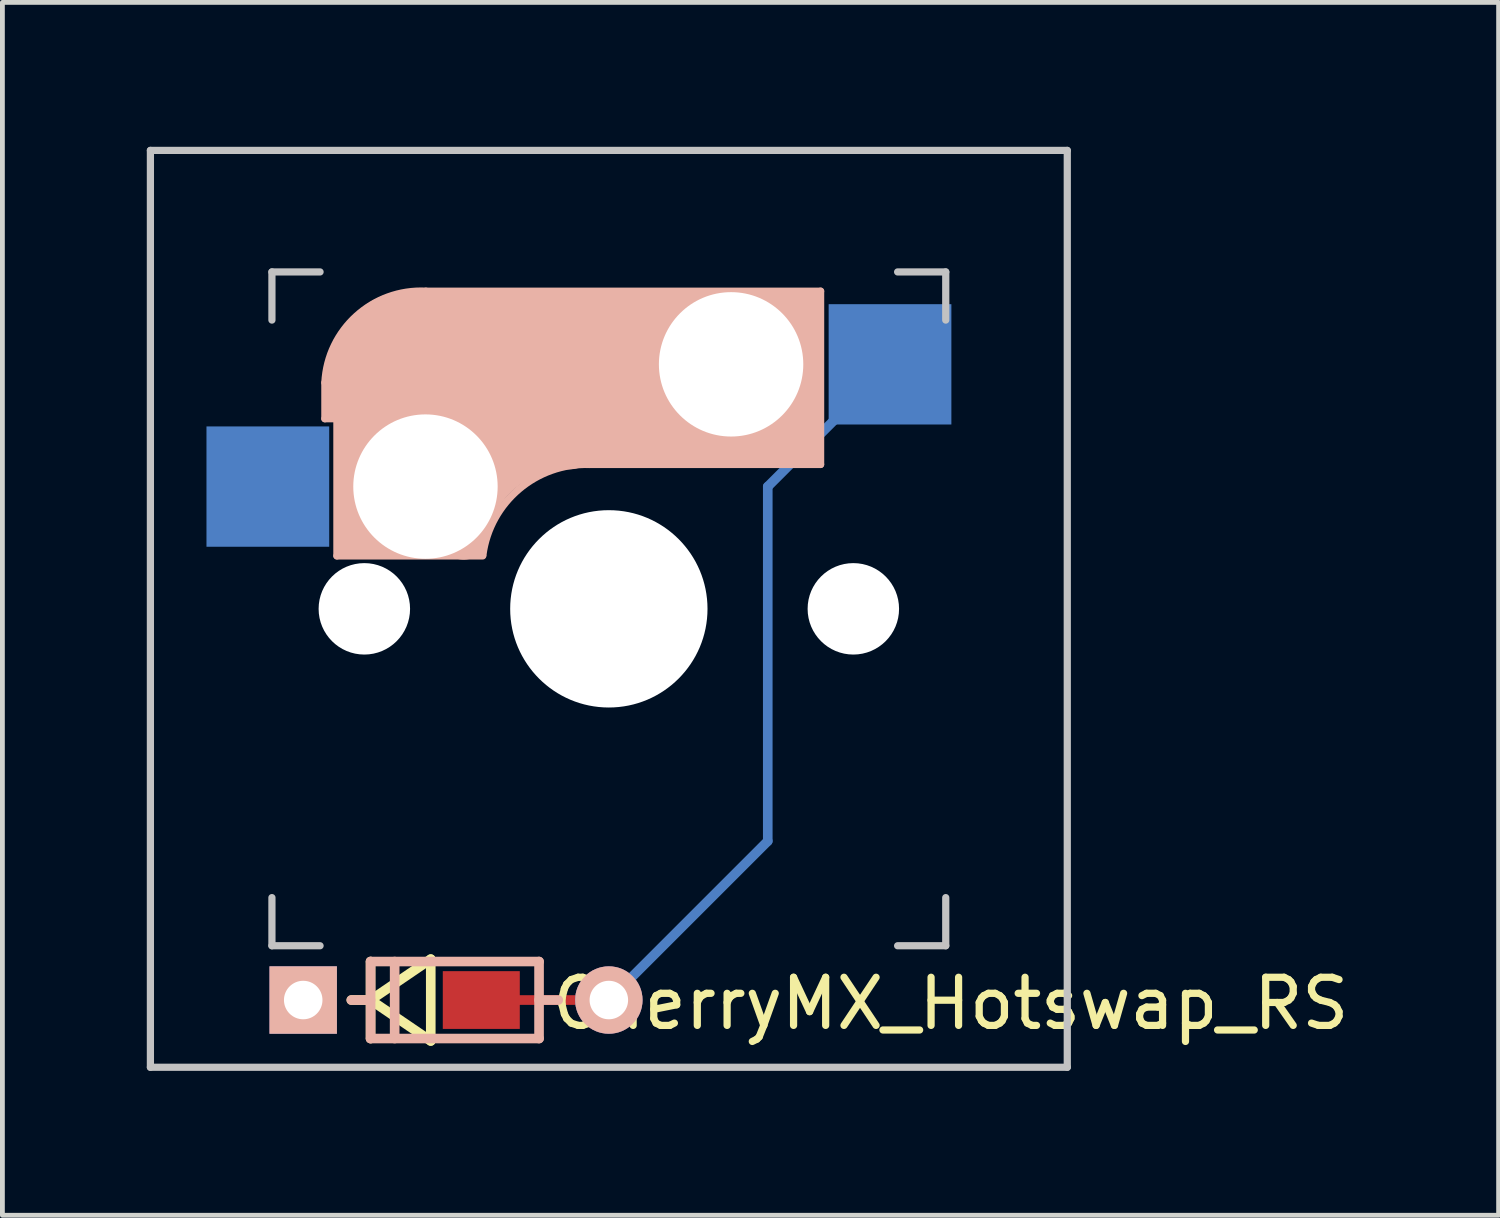
<source format=kicad_pcb>
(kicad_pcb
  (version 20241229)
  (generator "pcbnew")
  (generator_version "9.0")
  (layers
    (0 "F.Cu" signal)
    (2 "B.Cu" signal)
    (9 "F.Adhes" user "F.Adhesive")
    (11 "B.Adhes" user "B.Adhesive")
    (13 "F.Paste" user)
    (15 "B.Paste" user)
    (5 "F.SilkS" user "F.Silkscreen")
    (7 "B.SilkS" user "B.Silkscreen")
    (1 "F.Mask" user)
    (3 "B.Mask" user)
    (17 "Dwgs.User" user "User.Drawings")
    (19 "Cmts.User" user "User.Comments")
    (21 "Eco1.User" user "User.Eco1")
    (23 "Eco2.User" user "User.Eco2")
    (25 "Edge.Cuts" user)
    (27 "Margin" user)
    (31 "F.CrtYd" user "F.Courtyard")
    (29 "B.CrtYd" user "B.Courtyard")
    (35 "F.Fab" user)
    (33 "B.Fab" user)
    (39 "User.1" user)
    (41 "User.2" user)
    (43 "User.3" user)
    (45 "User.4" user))
  (footprint "CherryMX_Hotswap_RS"
    (layer "F.Cu")
    (at 9.6 9.6)
    (property "Reference" "CherryMX_Hotswap_RS" (at 7.1 8.2 0) (layer "F.SilkS") (effects (font (size 1 1) (thickness 0.15))))
    (attr through_hole)
    (fp_line (start 0 8.128) (end -2.65 8.128) (stroke (width 0.2) (type solid)) (layer "F.Cu"))
    (fp_line (start 0 8.128) (end 3.302 4.826) (stroke (width 0.2) (type solid)) (layer "B.Cu"))
    (fp_line (start 3.302 -2.54) (end 3.302 4.826) (stroke (width 0.2) (type solid)) (layer "B.Cu"))
    (fp_line (start 3.302 -2.54) (end 5.842 -5.08) (stroke (width 0.2) (type solid)) (layer "B.Cu"))
    (fp_line (start -4.951 8.128) (end -5.351 8.128) (stroke (width 0.2) (type solid)) (layer "F.SilkS"))
    (fp_line (start -4.951 8.928) (end -4.951 7.328) (stroke (width 0.2) (type solid)) (layer "F.SilkS"))
    (fp_line (start -4.95 8.128) (end -3.7 7.278) (stroke (width 0.2) (type solid)) (layer "F.SilkS"))
    (fp_line (start -4.95 8.128) (end -3.7 8.978) (stroke (width 0.2) (type solid)) (layer "F.SilkS"))
    (fp_line (start -3.7 8.978) (end -3.7 7.278) (stroke (width 0.2) (type solid)) (layer "F.SilkS"))
    (fp_line (start -5.9 -4.7) (end -5.9 -3.95) (stroke (width 0.15) (type solid)) (layer "B.SilkS"))
    (fp_line (start -5.9 -3.95) (end -5.7 -3.95) (stroke (width 0.15) (type solid)) (layer "B.SilkS"))
    (fp_line (start -5.8 -4.05) (end -5.8 -4.7) (stroke (width 0.3) (type solid)) (layer "B.SilkS"))
    (fp_line (start -5.65 -5.55) (end -5.65 -1.1) (stroke (width 0.15) (type solid)) (layer "B.SilkS"))
    (fp_line (start -5.65 -1.1) (end -2.62 -1.1) (stroke (width 0.15) (type solid)) (layer "B.SilkS"))
    (fp_line (start -5.45 -1.3) (end -3 -1.3) (stroke (width 0.5) (type solid)) (layer "B.SilkS"))
    (fp_line (start -5.3 -1.6) (end -5.3 -3.4) (stroke (width 0.8) (type solid)) (layer "B.SilkS"))
    (fp_line (start -4.95 7.328) (end -4.95 8.928) (stroke (width 0.2) (type solid)) (layer "B.SilkS"))
    (fp_line (start -4.95 8.128) (end -5.35 8.128) (stroke (width 0.2) (type solid)) (layer "B.SilkS"))
    (fp_line (start -4.95 8.928) (end -1.45 8.928) (stroke (width 0.2) (type solid)) (layer "B.SilkS"))
    (fp_line (start -4.45 8.928) (end -4.45 7.328) (stroke (width 0.2) (type solid)) (layer "B.SilkS"))
    (fp_line (start -4.17 -5.1) (end -4.17 -2.86) (stroke (width 3) (type solid)) (layer "B.SilkS"))
    (fp_line (start -1.45 7.328) (end -4.95 7.328) (stroke (width 0.2) (type solid)) (layer "B.SilkS"))
    (fp_line (start -1.45 8.128) (end -1.05 8.128) (stroke (width 0.2) (type solid)) (layer "B.SilkS"))
    (fp_line (start -1.45 8.928) (end -1.45 7.328) (stroke (width 0.2) (type solid)) (layer "B.SilkS"))
    (fp_line (start -0.4 -3) (end 4.4 -3) (stroke (width 0.15) (type solid)) (layer "B.SilkS"))
    (fp_line (start 2.6 -4.8) (end -4.1 -4.8) (stroke (width 3.5) (type solid)) (layer "B.SilkS"))
    (fp_line (start 3.9 -6) (end 3.9 -3.5) (stroke (width 1) (type solid)) (layer "B.SilkS"))
    (fp_line (start 4.2 -3.25) (end 2.9 -3.3) (stroke (width 0.5) (type solid)) (layer "B.SilkS"))
    (fp_line (start 4.25 -6.4) (end 3 -6.4) (stroke (width 0.4) (type solid)) (layer "B.SilkS"))
    (fp_line (start 4.38 -4) (end 4.38 -6.25) (stroke (width 0.15) (type solid)) (layer "B.SilkS"))
    (fp_line (start 4.4 -6.6) (end -3.8 -6.6) (stroke (width 0.15) (type solid)) (layer "B.SilkS"))
    (fp_line (start 4.4 -3) (end 4.4 -6.6) (stroke (width 0.15) (type solid)) (layer "B.SilkS"))
    (fp_arc (start -5.9 -4.699999) (mid -5.243504 -6.084924) (end -3.800001 -6.6) (stroke (width 0.15) (type solid)) (layer "B.SilkS"))
    (fp_arc (start -3.016318 -1.521471) (mid -2.268709 -2.886118) (end -0.8 -3.4) (stroke (width 1) (type solid)) (layer "B.SilkS"))
    (fp_arc (start -2.616318 -1.121471) (mid -1.868709 -2.486118) (end -0.4 -3) (stroke (width 0.15) (type solid)) (layer "B.SilkS"))
    (fp_line (start -9.525 -9.525) (end 9.525 -9.525) (stroke (width 0.15) (type solid)) (layer "Dwgs.User"))
    (fp_line (start -9.525 9.525) (end -9.525 -9.525) (stroke (width 0.15) (type solid)) (layer "Dwgs.User"))
    (fp_line (start -7 -7) (end -6 -7) (stroke (width 0.15) (type solid)) (layer "Dwgs.User"))
    (fp_line (start -7 -6) (end -7 -7) (stroke (width 0.15) (type solid)) (layer "Dwgs.User"))
    (fp_line (start -7 6) (end -7 7) (stroke (width 0.15) (type solid)) (layer "Dwgs.User"))
    (fp_line (start -7 7) (end -6 7) (stroke (width 0.15) (type solid)) (layer "Dwgs.User"))
    (fp_line (start 6 7) (end 7 7) (stroke (width 0.15) (type solid)) (layer "Dwgs.User"))
    (fp_line (start 7 -7) (end 6 -7) (stroke (width 0.15) (type solid)) (layer "Dwgs.User"))
    (fp_line (start 7 -7) (end 7 -6) (stroke (width 0.15) (type solid)) (layer "Dwgs.User"))
    (fp_line (start 7 7) (end 7 6) (stroke (width 0.15) (type solid)) (layer "Dwgs.User"))
    (fp_line (start 9.525 -9.525) (end 9.525 9.525) (stroke (width 0.15) (type solid)) (layer "Dwgs.User"))
    (fp_line (start 9.525 9.525) (end -9.525 9.525) (stroke (width 0.15) (type solid)) (layer "Dwgs.User"))
    (pad "" np_thru_hole circle (at -5.08 0) (size 1.9 1.9) (drill 1.9) (layers "*.Cu" "*.Mask"))
    (pad "" np_thru_hole circle (at -3.81 -2.54) (size 3 3) (drill 3) (layers "*.Cu" "*.Mask"))
    (pad "" np_thru_hole circle (at 0 0 90) (size 4.1 4.1) (drill 4.1) (layers "*.Cu" "*.Mask"))
    (pad "" np_thru_hole circle (at 2.54 -5.08) (size 3 3) (drill 3) (layers "*.Cu" "*.Mask"))
    (pad "" np_thru_hole circle (at 5.08 0) (size 1.9 1.9) (drill 1.9) (layers "*.Cu" "*.Mask"))
    (pad "1" smd rect (at -7.085 -2.54 180) (size 2.55 2.5) (layers "B.Cu" "B.Mask" "B.Paste"))
    (pad "1" thru_hole rect (at -6.35 8.128 180) (size 1.4 1.4) (drill 0.8) (layers "*.Cu" "*.Mask" "B.SilkS"))
    (pad "2" smd rect (at -2.65 8.128 180) (size 1.6 1.2) (layers "F.Cu" "F.Mask" "F.Paste"))
    (pad "2" thru_hole circle (at 0 8.128 180) (size 1.4 1.4) (drill 0.8) (layers "*.Cu" "*.Mask" "B.SilkS"))
    (pad "2" smd rect (at 5.842 -5.08 180) (size 2.55 2.5) (layers "B.Cu" "B.Mask" "B.Paste")))
  (gr_rect
    (start -3 -3)
    (end 28.087 22.2)
    (stroke (width 0.1) (type default))
    (fill no)
    (layer "Edge.Cuts")))
</source>
